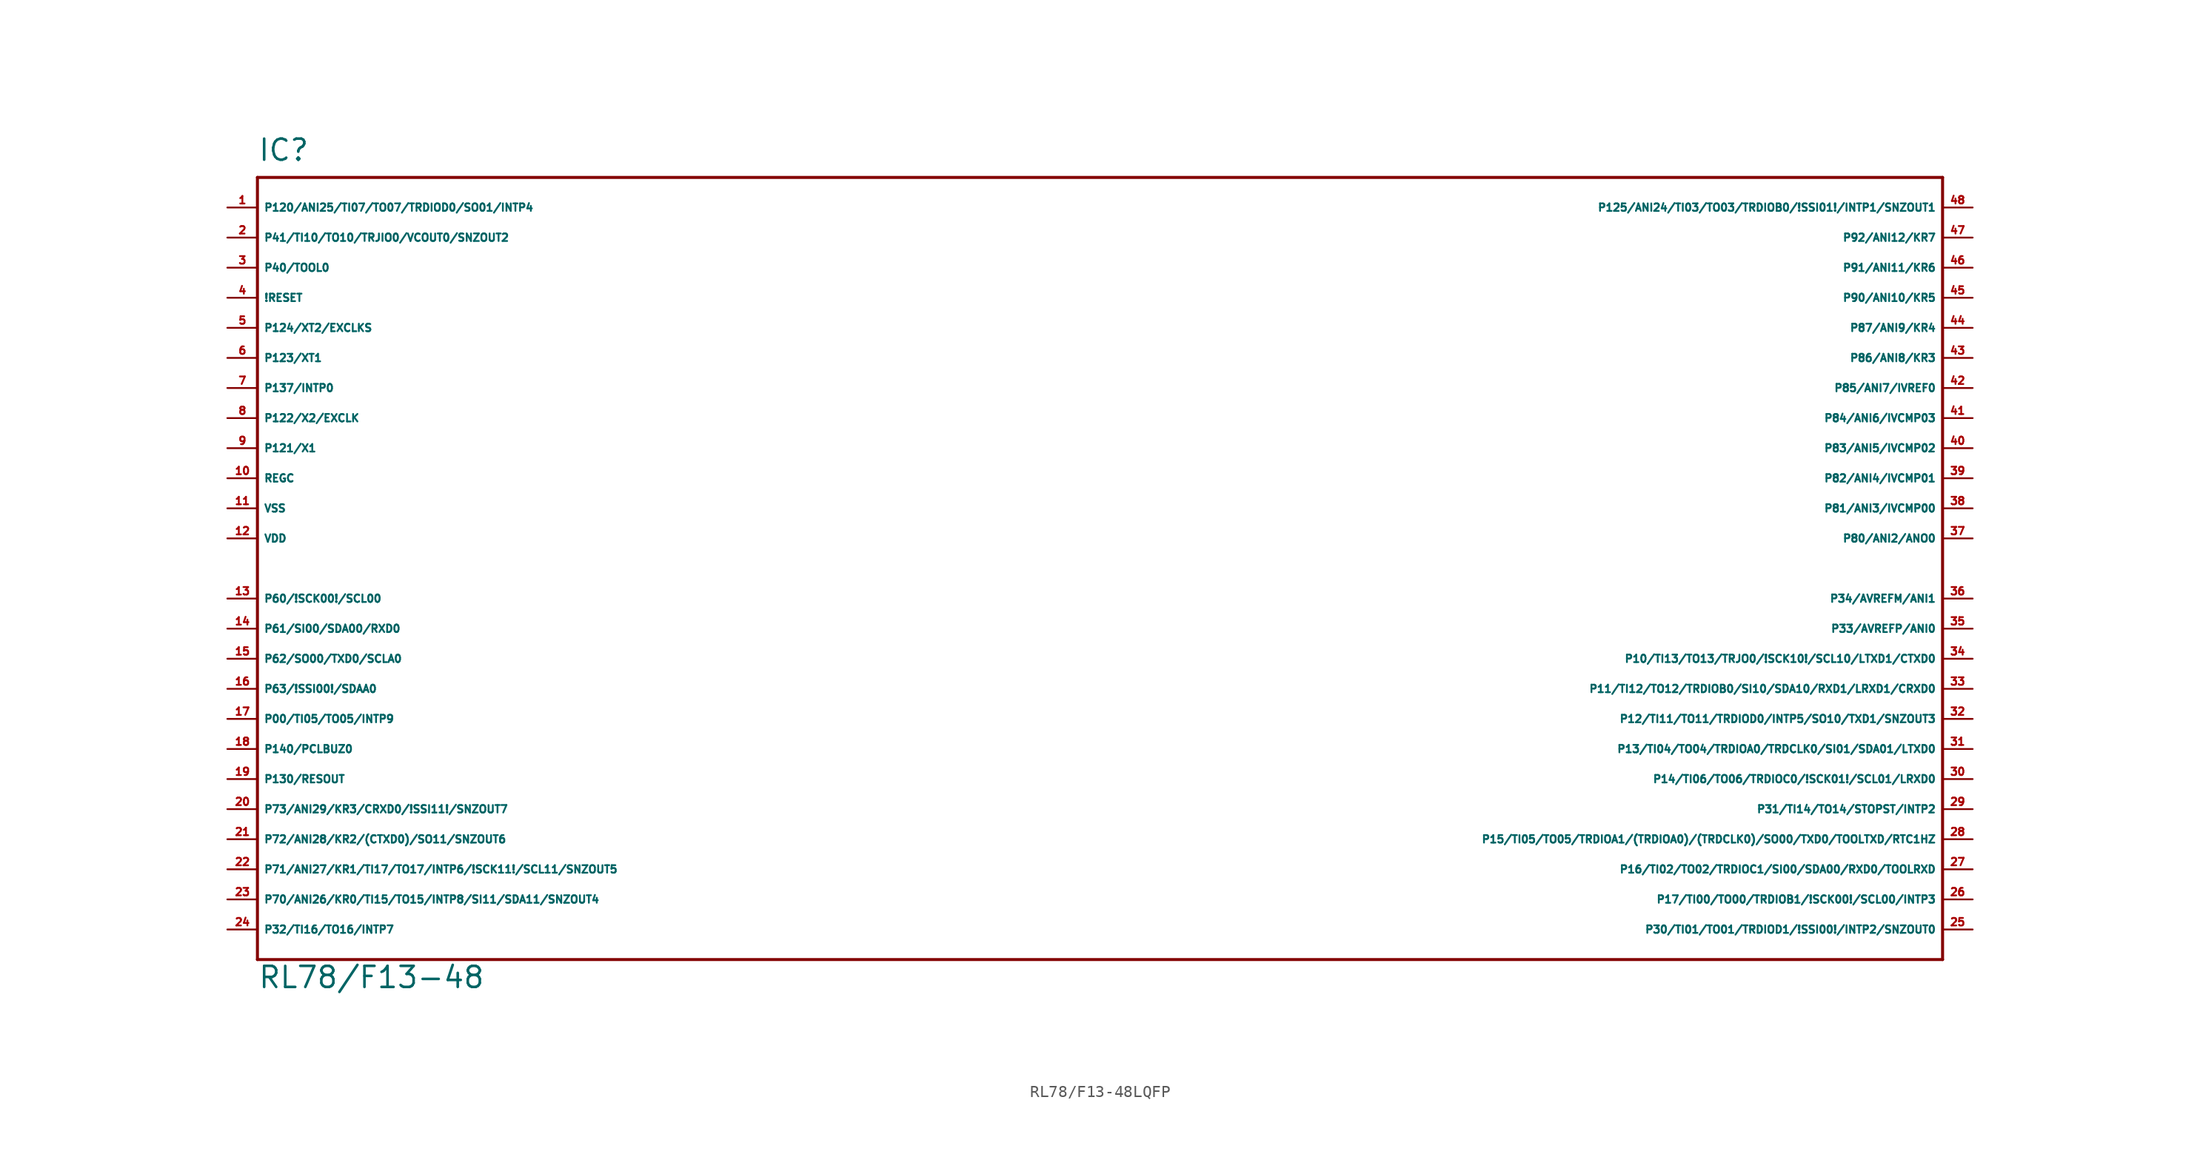
<source format=kicad_sym>
(kicad_symbol_lib
  (version 20220914)
  (generator Eagle2Kicad)
  (symbol "RL78/F13-48LQFP"
    (property "Reference" "IC"
      (at -73.66 34.29 0)
      (effects (font (size 1.778 1.778) (thickness 0.22)) (justify left bottom)))
    (property "Value" "RL78/F13-48"
      (at -73.66 -35.56 0)
      (effects (font (size 1.778 1.778) (thickness 0.22)) (justify left bottom)))
    (polyline
      (pts (xy 68.58 33.02) (xy -73.66 33.02))
      (stroke (width 0.254) (type default))
      (fill (type none)))
    (polyline
      (pts (xy -73.66 33.02) (xy -73.66 -33.02))
      (stroke (width 0.254) (type default))
      (fill (type none)))
    (polyline
      (pts (xy -73.66 -33.02) (xy 68.58 -33.02))
      (stroke (width 0.254) (type default))
      (fill (type none)))
    (polyline
      (pts (xy 68.58 -33.02) (xy 68.58 33.02))
      (stroke (width 0.254) (type default))
      (fill (type none)))
    (pin bidirectional line
      (at -76.2 27.94 0)
      (length 2.54)
      (name "P41/TI10/TO10/TRJIO0/VCOUT0/SNZOUT2" (effects (font (size 0.635 0.635) (thickness 0.08)) (justify left bottom)))
      (number "2" (effects (font (size 0.635 0.635) (thickness 0.08)) (justify left bottom))))
    (pin bidirectional line
      (at -76.2 25.4 0)
      (length 2.54)
      (name "P40/TOOL0" (effects (font (size 0.635 0.635) (thickness 0.08)) (justify left bottom)))
      (number "3" (effects (font (size 0.635 0.635) (thickness 0.08)) (justify left bottom))))
    (pin input line
      (at -76.2 22.86 0)
      (length 2.54)
      (name "!RESET" (effects (font (size 0.635 0.635) (thickness 0.08)) (justify left bottom)))
      (number "4" (effects (font (size 0.635 0.635) (thickness 0.08)) (justify left bottom))))
    (pin input line
      (at -76.2 20.32 0)
      (length 2.54)
      (name "P124/XT2/EXCLKS" (effects (font (size 0.635 0.635) (thickness 0.08)) (justify left bottom)))
      (number "5" (effects (font (size 0.635 0.635) (thickness 0.08)) (justify left bottom))))
    (pin input line
      (at -76.2 17.78 0)
      (length 2.54)
      (name "P123/XT1" (effects (font (size 0.635 0.635) (thickness 0.08)) (justify left bottom)))
      (number "6" (effects (font (size 0.635 0.635) (thickness 0.08)) (justify left bottom))))
    (pin input line
      (at -76.2 15.24 0)
      (length 2.54)
      (name "P137/INTP0" (effects (font (size 0.635 0.635) (thickness 0.08)) (justify left bottom)))
      (number "7" (effects (font (size 0.635 0.635) (thickness 0.08)) (justify left bottom))))
    (pin input line
      (at -76.2 12.7 0)
      (length 2.54)
      (name "P122/X2/EXCLK" (effects (font (size 0.635 0.635) (thickness 0.08)) (justify left bottom)))
      (number "8" (effects (font (size 0.635 0.635) (thickness 0.08)) (justify left bottom))))
    (pin input line
      (at -76.2 10.16 0)
      (length 2.54)
      (name "P121/X1" (effects (font (size 0.635 0.635) (thickness 0.08)) (justify left bottom)))
      (number "9" (effects (font (size 0.635 0.635) (thickness 0.08)) (justify left bottom))))
    (pin passive line
      (at -76.2 7.62 0)
      (length 2.54)
      (name "REGC" (effects (font (size 0.635 0.635) (thickness 0.08)) (justify left bottom)))
      (number "10" (effects (font (size 0.635 0.635) (thickness 0.08)) (justify left bottom))))
    (pin unspecified line
      (at -76.2 5.08 0)
      (length 2.54)
      (name "VSS" (effects (font (size 0.635 0.635) (thickness 0.08)) (justify left bottom)))
      (number "11" (effects (font (size 0.635 0.635) (thickness 0.08)) (justify left bottom))))
    (pin unspecified line
      (at -76.2 2.54 0)
      (length 2.54)
      (name "VDD" (effects (font (size 0.635 0.635) (thickness 0.08)) (justify left bottom)))
      (number "12" (effects (font (size 0.635 0.635) (thickness 0.08)) (justify left bottom))))
    (pin bidirectional line
      (at -76.2 -2.54 0)
      (length 2.54)
      (name "P60/!SCK00!/SCL00" (effects (font (size 0.635 0.635) (thickness 0.08)) (justify left bottom)))
      (number "13" (effects (font (size 0.635 0.635) (thickness 0.08)) (justify left bottom))))
    (pin bidirectional line
      (at -76.2 -5.08 0)
      (length 2.54)
      (name "P61/SI00/SDA00/RXD0" (effects (font (size 0.635 0.635) (thickness 0.08)) (justify left bottom)))
      (number "14" (effects (font (size 0.635 0.635) (thickness 0.08)) (justify left bottom))))
    (pin bidirectional line
      (at -76.2 -7.62 0)
      (length 2.54)
      (name "P62/SO00/TXD0/SCLA0" (effects (font (size 0.635 0.635) (thickness 0.08)) (justify left bottom)))
      (number "15" (effects (font (size 0.635 0.635) (thickness 0.08)) (justify left bottom))))
    (pin bidirectional line
      (at -76.2 -10.16 0)
      (length 2.54)
      (name "P63/!SSI00!/SDAA0" (effects (font (size 0.635 0.635) (thickness 0.08)) (justify left bottom)))
      (number "16" (effects (font (size 0.635 0.635) (thickness 0.08)) (justify left bottom))))
    (pin bidirectional line
      (at -76.2 -12.7 0)
      (length 2.54)
      (name "P00/TI05/TO05/INTP9" (effects (font (size 0.635 0.635) (thickness 0.08)) (justify left bottom)))
      (number "17" (effects (font (size 0.635 0.635) (thickness 0.08)) (justify left bottom))))
    (pin bidirectional line
      (at -76.2 -15.24 0)
      (length 2.54)
      (name "P140/PCLBUZ0" (effects (font (size 0.635 0.635) (thickness 0.08)) (justify left bottom)))
      (number "18" (effects (font (size 0.635 0.635) (thickness 0.08)) (justify left bottom))))
    (pin bidirectional line
      (at -76.2 -17.78 0)
      (length 2.54)
      (name "P130/RESOUT" (effects (font (size 0.635 0.635) (thickness 0.08)) (justify left bottom)))
      (number "19" (effects (font (size 0.635 0.635) (thickness 0.08)) (justify left bottom))))
    (pin bidirectional line
      (at -76.2 -20.32 0)
      (length 2.54)
      (name "P73/ANI29/KR3/CRXD0/!SSI11!/SNZOUT7" (effects (font (size 0.635 0.635) (thickness 0.08)) (justify left bottom)))
      (number "20" (effects (font (size 0.635 0.635) (thickness 0.08)) (justify left bottom))))
    (pin bidirectional line
      (at -76.2 -22.86 0)
      (length 2.54)
      (name "P72/ANI28/KR2/(CTXD0)/SO11/SNZOUT6" (effects (font (size 0.635 0.635) (thickness 0.08)) (justify left bottom)))
      (number "21" (effects (font (size 0.635 0.635) (thickness 0.08)) (justify left bottom))))
    (pin bidirectional line
      (at -76.2 -25.4 0)
      (length 2.54)
      (name "P71/ANI27/KR1/TI17/TO17/INTP6/!SCK11!/SCL11/SNZOUT5" (effects (font (size 0.635 0.635) (thickness 0.08)) (justify left bottom)))
      (number "22" (effects (font (size 0.635 0.635) (thickness 0.08)) (justify left bottom))))
    (pin bidirectional line
      (at -76.2 -27.94 0)
      (length 2.54)
      (name "P70/ANI26/KR0/TI15/TO15/INTP8/SI11/SDA11/SNZOUT4" (effects (font (size 0.635 0.635) (thickness 0.08)) (justify left bottom)))
      (number "23" (effects (font (size 0.635 0.635) (thickness 0.08)) (justify left bottom))))
    (pin bidirectional line
      (at -76.2 -30.48 0)
      (length 2.54)
      (name "P32/TI16/TO16/INTP7" (effects (font (size 0.635 0.635) (thickness 0.08)) (justify left bottom)))
      (number "24" (effects (font (size 0.635 0.635) (thickness 0.08)) (justify left bottom))))
    (pin bidirectional line
      (at 71.12 -30.48 180)
      (length 2.54)
      (name "P30/TI01/TO01/TRDIOD1/!SSI00!/INTP2/SNZOUT0" (effects (font (size 0.635 0.635) (thickness 0.08)) (justify left bottom)))
      (number "25" (effects (font (size 0.635 0.635) (thickness 0.08)) (justify left bottom))))
    (pin bidirectional line
      (at 71.12 -27.94 180)
      (length 2.54)
      (name "P17/TI00/TO00/TRDIOB1/!SCK00!/SCL00/INTP3" (effects (font (size 0.635 0.635) (thickness 0.08)) (justify left bottom)))
      (number "26" (effects (font (size 0.635 0.635) (thickness 0.08)) (justify left bottom))))
    (pin bidirectional line
      (at 71.12 -25.4 180)
      (length 2.54)
      (name "P16/TI02/TO02/TRDIOC1/SI00/SDA00/RXD0/TOOLRXD" (effects (font (size 0.635 0.635) (thickness 0.08)) (justify left bottom)))
      (number "27" (effects (font (size 0.635 0.635) (thickness 0.08)) (justify left bottom))))
    (pin bidirectional line
      (at 71.12 -22.86 180)
      (length 2.54)
      (name "P15/TI05/TO05/TRDIOA1/(TRDIOA0)/(TRDCLK0)/SO00/TXD0/TOOLTXD/RTC1HZ" (effects (font (size 0.635 0.635) (thickness 0.08)) (justify left bottom)))
      (number "28" (effects (font (size 0.635 0.635) (thickness 0.08)) (justify left bottom))))
    (pin bidirectional line
      (at 71.12 -17.78 180)
      (length 2.54)
      (name "P14/TI06/TO06/TRDIOC0/!SCK01!/SCL01/LRXD0" (effects (font (size 0.635 0.635) (thickness 0.08)) (justify left bottom)))
      (number "30" (effects (font (size 0.635 0.635) (thickness 0.08)) (justify left bottom))))
    (pin bidirectional line
      (at 71.12 -15.24 180)
      (length 2.54)
      (name "P13/TI04/TO04/TRDIOA0/TRDCLK0/SI01/SDA01/LTXD0" (effects (font (size 0.635 0.635) (thickness 0.08)) (justify left bottom)))
      (number "31" (effects (font (size 0.635 0.635) (thickness 0.08)) (justify left bottom))))
    (pin bidirectional line
      (at 71.12 -12.7 180)
      (length 2.54)
      (name "P12/TI11/TO11/TRDIOD0/INTP5/SO10/TXD1/SNZOUT3" (effects (font (size 0.635 0.635) (thickness 0.08)) (justify left bottom)))
      (number "32" (effects (font (size 0.635 0.635) (thickness 0.08)) (justify left bottom))))
    (pin bidirectional line
      (at 71.12 -10.16 180)
      (length 2.54)
      (name "P11/TI12/TO12/TRDIOB0/SI10/SDA10/RXD1/LRXD1/CRXD0" (effects (font (size 0.635 0.635) (thickness 0.08)) (justify left bottom)))
      (number "33" (effects (font (size 0.635 0.635) (thickness 0.08)) (justify left bottom))))
    (pin bidirectional line
      (at 71.12 -7.62 180)
      (length 2.54)
      (name "P10/TI13/TO13/TRJO0/!SCK10!/SCL10/LTXD1/CTXD0" (effects (font (size 0.635 0.635) (thickness 0.08)) (justify left bottom)))
      (number "34" (effects (font (size 0.635 0.635) (thickness 0.08)) (justify left bottom))))
    (pin bidirectional line
      (at 71.12 -5.08 180)
      (length 2.54)
      (name "P33/AVREFP/ANI0" (effects (font (size 0.635 0.635) (thickness 0.08)) (justify left bottom)))
      (number "35" (effects (font (size 0.635 0.635) (thickness 0.08)) (justify left bottom))))
    (pin bidirectional line
      (at 71.12 -2.54 180)
      (length 2.54)
      (name "P34/AVREFM/ANI1" (effects (font (size 0.635 0.635) (thickness 0.08)) (justify left bottom)))
      (number "36" (effects (font (size 0.635 0.635) (thickness 0.08)) (justify left bottom))))
    (pin bidirectional line
      (at 71.12 2.54 180)
      (length 2.54)
      (name "P80/ANI2/ANO0" (effects (font (size 0.635 0.635) (thickness 0.08)) (justify left bottom)))
      (number "37" (effects (font (size 0.635 0.635) (thickness 0.08)) (justify left bottom))))
    (pin bidirectional line
      (at 71.12 5.08 180)
      (length 2.54)
      (name "P81/ANI3/IVCMP00" (effects (font (size 0.635 0.635) (thickness 0.08)) (justify left bottom)))
      (number "38" (effects (font (size 0.635 0.635) (thickness 0.08)) (justify left bottom))))
    (pin bidirectional line
      (at 71.12 7.62 180)
      (length 2.54)
      (name "P82/ANI4/IVCMP01" (effects (font (size 0.635 0.635) (thickness 0.08)) (justify left bottom)))
      (number "39" (effects (font (size 0.635 0.635) (thickness 0.08)) (justify left bottom))))
    (pin bidirectional line
      (at 71.12 10.16 180)
      (length 2.54)
      (name "P83/ANI5/IVCMP02" (effects (font (size 0.635 0.635) (thickness 0.08)) (justify left bottom)))
      (number "40" (effects (font (size 0.635 0.635) (thickness 0.08)) (justify left bottom))))
    (pin bidirectional line
      (at 71.12 12.7 180)
      (length 2.54)
      (name "P84/ANI6/IVCMP03" (effects (font (size 0.635 0.635) (thickness 0.08)) (justify left bottom)))
      (number "41" (effects (font (size 0.635 0.635) (thickness 0.08)) (justify left bottom))))
    (pin bidirectional line
      (at 71.12 15.24 180)
      (length 2.54)
      (name "P85/ANI7/IVREF0" (effects (font (size 0.635 0.635) (thickness 0.08)) (justify left bottom)))
      (number "42" (effects (font (size 0.635 0.635) (thickness 0.08)) (justify left bottom))))
    (pin bidirectional line
      (at 71.12 17.78 180)
      (length 2.54)
      (name "P86/ANI8/KR3" (effects (font (size 0.635 0.635) (thickness 0.08)) (justify left bottom)))
      (number "43" (effects (font (size 0.635 0.635) (thickness 0.08)) (justify left bottom))))
    (pin bidirectional line
      (at 71.12 20.32 180)
      (length 2.54)
      (name "P87/ANI9/KR4" (effects (font (size 0.635 0.635) (thickness 0.08)) (justify left bottom)))
      (number "44" (effects (font (size 0.635 0.635) (thickness 0.08)) (justify left bottom))))
    (pin bidirectional line
      (at 71.12 22.86 180)
      (length 2.54)
      (name "P90/ANI10/KR5" (effects (font (size 0.635 0.635) (thickness 0.08)) (justify left bottom)))
      (number "45" (effects (font (size 0.635 0.635) (thickness 0.08)) (justify left bottom))))
    (pin bidirectional line
      (at 71.12 25.4 180)
      (length 2.54)
      (name "P91/ANI11/KR6" (effects (font (size 0.635 0.635) (thickness 0.08)) (justify left bottom)))
      (number "46" (effects (font (size 0.635 0.635) (thickness 0.08)) (justify left bottom))))
    (pin bidirectional line
      (at 71.12 27.94 180)
      (length 2.54)
      (name "P92/ANI12/KR7" (effects (font (size 0.635 0.635) (thickness 0.08)) (justify left bottom)))
      (number "47" (effects (font (size 0.635 0.635) (thickness 0.08)) (justify left bottom))))
    (pin bidirectional line
      (at 71.12 30.48 180)
      (length 2.54)
      (name "P125/ANI24/TI03/TO03/TRDIOB0/!SSI01!/INTP1/SNZOUT1" (effects (font (size 0.635 0.635) (thickness 0.08)) (justify left bottom)))
      (number "48" (effects (font (size 0.635 0.635) (thickness 0.08)) (justify left bottom))))
    (pin bidirectional line
      (at -76.2 30.48 0)
      (length 2.54)
      (name "P120/ANI25/TI07/TO07/TRDIOD0/SO01/INTP4" (effects (font (size 0.635 0.635) (thickness 0.08)) (justify left bottom)))
      (number "1" (effects (font (size 0.635 0.635) (thickness 0.08)) (justify left bottom))))
    (pin bidirectional line
      (at 71.12 -20.32 180)
      (length 2.54)
      (name "P31/TI14/TO14/STOPST/INTP2" (effects (font (size 0.635 0.635) (thickness 0.08)) (justify left bottom)))
      (number "29" (effects (font (size 0.635 0.635) (thickness 0.08)) (justify left bottom))))))
</source>
